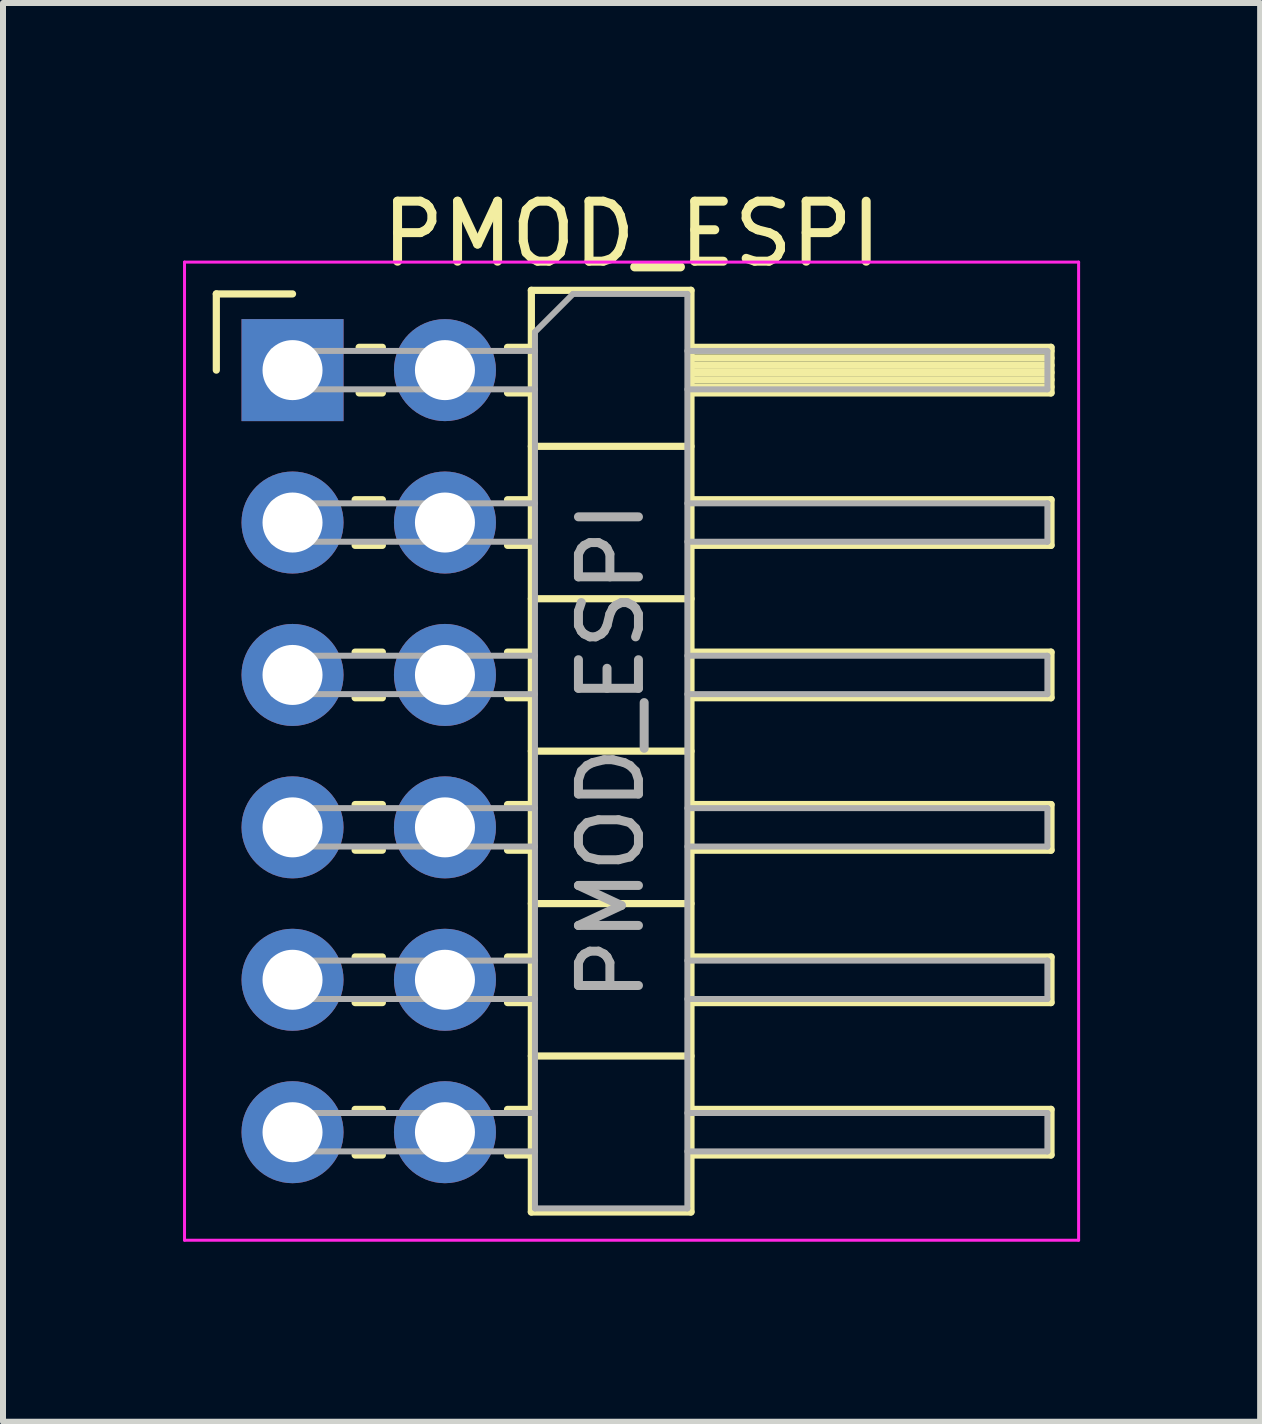
<source format=kicad_pcb>
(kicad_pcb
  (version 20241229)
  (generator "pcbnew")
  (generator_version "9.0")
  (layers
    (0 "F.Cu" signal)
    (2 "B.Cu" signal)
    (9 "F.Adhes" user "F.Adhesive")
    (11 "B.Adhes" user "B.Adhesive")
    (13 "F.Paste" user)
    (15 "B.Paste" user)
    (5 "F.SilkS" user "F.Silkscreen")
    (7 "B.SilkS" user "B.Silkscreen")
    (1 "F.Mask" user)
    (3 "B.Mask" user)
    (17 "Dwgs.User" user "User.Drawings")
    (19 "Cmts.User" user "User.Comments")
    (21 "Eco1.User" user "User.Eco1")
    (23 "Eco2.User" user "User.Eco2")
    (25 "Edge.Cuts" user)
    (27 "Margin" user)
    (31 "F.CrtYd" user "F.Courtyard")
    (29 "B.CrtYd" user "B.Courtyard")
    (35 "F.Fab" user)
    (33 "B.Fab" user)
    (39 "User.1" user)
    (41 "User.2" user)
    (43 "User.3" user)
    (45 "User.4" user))
  (footprint "PMOD_ESPI"
    (layer "F.Cu")
    (at 1.825 3.118)
    (property "Reference" "PMOD_ESPI" (at 5.655 -2.27 0) (layer "F.SilkS") (effects (font (size 1 1) (thickness 0.15))))
    (attr through_hole)
    (fp_line (start -1.27 -1.27) (end 0 -1.27) (stroke (width 0.12) (type solid)) (layer "F.SilkS"))
    (fp_line (start -1.27 0) (end -1.27 -1.27) (stroke (width 0.12) (type solid)) (layer "F.SilkS"))
    (fp_line (start 1.043 2.16) (end 1.497 2.16) (stroke (width 0.12) (type solid)) (layer "F.SilkS"))
    (fp_line (start 1.043 2.92) (end 1.497 2.92) (stroke (width 0.12) (type solid)) (layer "F.SilkS"))
    (fp_line (start 1.043 4.7) (end 1.497 4.7) (stroke (width 0.12) (type solid)) (layer "F.SilkS"))
    (fp_line (start 1.043 5.46) (end 1.497 5.46) (stroke (width 0.12) (type solid)) (layer "F.SilkS"))
    (fp_line (start 1.043 7.24) (end 1.497 7.24) (stroke (width 0.12) (type solid)) (layer "F.SilkS"))
    (fp_line (start 1.043 8) (end 1.497 8) (stroke (width 0.12) (type solid)) (layer "F.SilkS"))
    (fp_line (start 1.043 9.78) (end 1.497 9.78) (stroke (width 0.12) (type solid)) (layer "F.SilkS"))
    (fp_line (start 1.043 10.54) (end 1.497 10.54) (stroke (width 0.12) (type solid)) (layer "F.SilkS"))
    (fp_line (start 1.043 12.32) (end 1.497 12.32) (stroke (width 0.12) (type solid)) (layer "F.SilkS"))
    (fp_line (start 1.043 13.08) (end 1.497 13.08) (stroke (width 0.12) (type solid)) (layer "F.SilkS"))
    (fp_line (start 1.11 -0.38) (end 1.497 -0.38) (stroke (width 0.12) (type solid)) (layer "F.SilkS"))
    (fp_line (start 1.11 0.38) (end 1.497 0.38) (stroke (width 0.12) (type solid)) (layer "F.SilkS"))
    (fp_line (start 3.583 -0.38) (end 3.98 -0.38) (stroke (width 0.12) (type solid)) (layer "F.SilkS"))
    (fp_line (start 3.583 0.38) (end 3.98 0.38) (stroke (width 0.12) (type solid)) (layer "F.SilkS"))
    (fp_line (start 3.583 2.16) (end 3.98 2.16) (stroke (width 0.12) (type solid)) (layer "F.SilkS"))
    (fp_line (start 3.583 2.92) (end 3.98 2.92) (stroke (width 0.12) (type solid)) (layer "F.SilkS"))
    (fp_line (start 3.583 4.7) (end 3.98 4.7) (stroke (width 0.12) (type solid)) (layer "F.SilkS"))
    (fp_line (start 3.583 5.46) (end 3.98 5.46) (stroke (width 0.12) (type solid)) (layer "F.SilkS"))
    (fp_line (start 3.583 7.24) (end 3.98 7.24) (stroke (width 0.12) (type solid)) (layer "F.SilkS"))
    (fp_line (start 3.583 8) (end 3.98 8) (stroke (width 0.12) (type solid)) (layer "F.SilkS"))
    (fp_line (start 3.583 9.78) (end 3.98 9.78) (stroke (width 0.12) (type solid)) (layer "F.SilkS"))
    (fp_line (start 3.583 10.54) (end 3.98 10.54) (stroke (width 0.12) (type solid)) (layer "F.SilkS"))
    (fp_line (start 3.583 12.32) (end 3.98 12.32) (stroke (width 0.12) (type solid)) (layer "F.SilkS"))
    (fp_line (start 3.583 13.08) (end 3.98 13.08) (stroke (width 0.12) (type solid)) (layer "F.SilkS"))
    (fp_line (start 3.98 -1.33) (end 3.98 14.03) (stroke (width 0.12) (type solid)) (layer "F.SilkS"))
    (fp_line (start 3.98 1.27) (end 6.64 1.27) (stroke (width 0.12) (type solid)) (layer "F.SilkS"))
    (fp_line (start 3.98 3.81) (end 6.64 3.81) (stroke (width 0.12) (type solid)) (layer "F.SilkS"))
    (fp_line (start 3.98 6.35) (end 6.64 6.35) (stroke (width 0.12) (type solid)) (layer "F.SilkS"))
    (fp_line (start 3.98 8.89) (end 6.64 8.89) (stroke (width 0.12) (type solid)) (layer "F.SilkS"))
    (fp_line (start 3.98 11.43) (end 6.64 11.43) (stroke (width 0.12) (type solid)) (layer "F.SilkS"))
    (fp_line (start 3.98 14.03) (end 6.64 14.03) (stroke (width 0.12) (type solid)) (layer "F.SilkS"))
    (fp_line (start 6.64 -1.33) (end 3.98 -1.33) (stroke (width 0.12) (type solid)) (layer "F.SilkS"))
    (fp_line (start 6.64 -0.38) (end 12.64 -0.38) (stroke (width 0.12) (type solid)) (layer "F.SilkS"))
    (fp_line (start 6.64 -0.32) (end 12.64 -0.32) (stroke (width 0.12) (type solid)) (layer "F.SilkS"))
    (fp_line (start 6.64 -0.2) (end 12.64 -0.2) (stroke (width 0.12) (type solid)) (layer "F.SilkS"))
    (fp_line (start 6.64 -0.08) (end 12.64 -0.08) (stroke (width 0.12) (type solid)) (layer "F.SilkS"))
    (fp_line (start 6.64 0.04) (end 12.64 0.04) (stroke (width 0.12) (type solid)) (layer "F.SilkS"))
    (fp_line (start 6.64 0.16) (end 12.64 0.16) (stroke (width 0.12) (type solid)) (layer "F.SilkS"))
    (fp_line (start 6.64 0.28) (end 12.64 0.28) (stroke (width 0.12) (type solid)) (layer "F.SilkS"))
    (fp_line (start 6.64 2.16) (end 12.64 2.16) (stroke (width 0.12) (type solid)) (layer "F.SilkS"))
    (fp_line (start 6.64 4.7) (end 12.64 4.7) (stroke (width 0.12) (type solid)) (layer "F.SilkS"))
    (fp_line (start 6.64 7.24) (end 12.64 7.24) (stroke (width 0.12) (type solid)) (layer "F.SilkS"))
    (fp_line (start 6.64 9.78) (end 12.64 9.78) (stroke (width 0.12) (type solid)) (layer "F.SilkS"))
    (fp_line (start 6.64 12.32) (end 12.64 12.32) (stroke (width 0.12) (type solid)) (layer "F.SilkS"))
    (fp_line (start 6.64 14.03) (end 6.64 -1.33) (stroke (width 0.12) (type solid)) (layer "F.SilkS"))
    (fp_line (start 12.64 -0.38) (end 12.64 0.38) (stroke (width 0.12) (type solid)) (layer "F.SilkS"))
    (fp_line (start 12.64 0.38) (end 6.64 0.38) (stroke (width 0.12) (type solid)) (layer "F.SilkS"))
    (fp_line (start 12.64 2.16) (end 12.64 2.92) (stroke (width 0.12) (type solid)) (layer "F.SilkS"))
    (fp_line (start 12.64 2.92) (end 6.64 2.92) (stroke (width 0.12) (type solid)) (layer "F.SilkS"))
    (fp_line (start 12.64 4.7) (end 12.64 5.46) (stroke (width 0.12) (type solid)) (layer "F.SilkS"))
    (fp_line (start 12.64 5.46) (end 6.64 5.46) (stroke (width 0.12) (type solid)) (layer "F.SilkS"))
    (fp_line (start 12.64 7.24) (end 12.64 8) (stroke (width 0.12) (type solid)) (layer "F.SilkS"))
    (fp_line (start 12.64 8) (end 6.64 8) (stroke (width 0.12) (type solid)) (layer "F.SilkS"))
    (fp_line (start 12.64 9.78) (end 12.64 10.54) (stroke (width 0.12) (type solid)) (layer "F.SilkS"))
    (fp_line (start 12.64 10.54) (end 6.64 10.54) (stroke (width 0.12) (type solid)) (layer "F.SilkS"))
    (fp_line (start 12.64 12.32) (end 12.64 13.08) (stroke (width 0.12) (type solid)) (layer "F.SilkS"))
    (fp_line (start 12.64 13.08) (end 6.64 13.08) (stroke (width 0.12) (type solid)) (layer "F.SilkS"))
    (fp_line (start -1.8 -1.8) (end -1.8 14.5) (stroke (width 0.05) (type solid)) (layer "F.CrtYd"))
    (fp_line (start -1.8 14.5) (end 13.1 14.5) (stroke (width 0.05) (type solid)) (layer "F.CrtYd"))
    (fp_line (start 13.1 -1.8) (end -1.8 -1.8) (stroke (width 0.05) (type solid)) (layer "F.CrtYd"))
    (fp_line (start 13.1 14.5) (end 13.1 -1.8) (stroke (width 0.05) (type solid)) (layer "F.CrtYd"))
    (fp_line (start -0.32 -0.32) (end -0.32 0.32) (stroke (width 0.1) (type solid)) (layer "F.Fab"))
    (fp_line (start -0.32 -0.32) (end 4.04 -0.32) (stroke (width 0.1) (type solid)) (layer "F.Fab"))
    (fp_line (start -0.32 0.32) (end 4.04 0.32) (stroke (width 0.1) (type solid)) (layer "F.Fab"))
    (fp_line (start -0.32 2.22) (end -0.32 2.86) (stroke (width 0.1) (type solid)) (layer "F.Fab"))
    (fp_line (start -0.32 2.22) (end 4.04 2.22) (stroke (width 0.1) (type solid)) (layer "F.Fab"))
    (fp_line (start -0.32 2.86) (end 4.04 2.86) (stroke (width 0.1) (type solid)) (layer "F.Fab"))
    (fp_line (start -0.32 4.76) (end -0.32 5.4) (stroke (width 0.1) (type solid)) (layer "F.Fab"))
    (fp_line (start -0.32 4.76) (end 4.04 4.76) (stroke (width 0.1) (type solid)) (layer "F.Fab"))
    (fp_line (start -0.32 5.4) (end 4.04 5.4) (stroke (width 0.1) (type solid)) (layer "F.Fab"))
    (fp_line (start -0.32 7.3) (end -0.32 7.94) (stroke (width 0.1) (type solid)) (layer "F.Fab"))
    (fp_line (start -0.32 7.3) (end 4.04 7.3) (stroke (width 0.1) (type solid)) (layer "F.Fab"))
    (fp_line (start -0.32 7.94) (end 4.04 7.94) (stroke (width 0.1) (type solid)) (layer "F.Fab"))
    (fp_line (start -0.32 9.84) (end -0.32 10.48) (stroke (width 0.1) (type solid)) (layer "F.Fab"))
    (fp_line (start -0.32 9.84) (end 4.04 9.84) (stroke (width 0.1) (type solid)) (layer "F.Fab"))
    (fp_line (start -0.32 10.48) (end 4.04 10.48) (stroke (width 0.1) (type solid)) (layer "F.Fab"))
    (fp_line (start -0.32 12.38) (end -0.32 13.02) (stroke (width 0.1) (type solid)) (layer "F.Fab"))
    (fp_line (start -0.32 12.38) (end 4.04 12.38) (stroke (width 0.1) (type solid)) (layer "F.Fab"))
    (fp_line (start -0.32 13.02) (end 4.04 13.02) (stroke (width 0.1) (type solid)) (layer "F.Fab"))
    (fp_line (start 4.04 -0.635) (end 4.675 -1.27) (stroke (width 0.1) (type solid)) (layer "F.Fab"))
    (fp_line (start 4.04 13.97) (end 4.04 -0.635) (stroke (width 0.1) (type solid)) (layer "F.Fab"))
    (fp_line (start 4.675 -1.27) (end 6.58 -1.27) (stroke (width 0.1) (type solid)) (layer "F.Fab"))
    (fp_line (start 6.58 -1.27) (end 6.58 13.97) (stroke (width 0.1) (type solid)) (layer "F.Fab"))
    (fp_line (start 6.58 -0.32) (end 12.58 -0.32) (stroke (width 0.1) (type solid)) (layer "F.Fab"))
    (fp_line (start 6.58 0.32) (end 12.58 0.32) (stroke (width 0.1) (type solid)) (layer "F.Fab"))
    (fp_line (start 6.58 2.22) (end 12.58 2.22) (stroke (width 0.1) (type solid)) (layer "F.Fab"))
    (fp_line (start 6.58 2.86) (end 12.58 2.86) (stroke (width 0.1) (type solid)) (layer "F.Fab"))
    (fp_line (start 6.58 4.76) (end 12.58 4.76) (stroke (width 0.1) (type solid)) (layer "F.Fab"))
    (fp_line (start 6.58 5.4) (end 12.58 5.4) (stroke (width 0.1) (type solid)) (layer "F.Fab"))
    (fp_line (start 6.58 7.3) (end 12.58 7.3) (stroke (width 0.1) (type solid)) (layer "F.Fab"))
    (fp_line (start 6.58 7.94) (end 12.58 7.94) (stroke (width 0.1) (type solid)) (layer "F.Fab"))
    (fp_line (start 6.58 9.84) (end 12.58 9.84) (stroke (width 0.1) (type solid)) (layer "F.Fab"))
    (fp_line (start 6.58 10.48) (end 12.58 10.48) (stroke (width 0.1) (type solid)) (layer "F.Fab"))
    (fp_line (start 6.58 12.38) (end 12.58 12.38) (stroke (width 0.1) (type solid)) (layer "F.Fab"))
    (fp_line (start 6.58 13.02) (end 12.58 13.02) (stroke (width 0.1) (type solid)) (layer "F.Fab"))
    (fp_line (start 6.58 13.97) (end 4.04 13.97) (stroke (width 0.1) (type solid)) (layer "F.Fab"))
    (fp_line (start 12.58 -0.32) (end 12.58 0.32) (stroke (width 0.1) (type solid)) (layer "F.Fab"))
    (fp_line (start 12.58 2.22) (end 12.58 2.86) (stroke (width 0.1) (type solid)) (layer "F.Fab"))
    (fp_line (start 12.58 4.76) (end 12.58 5.4) (stroke (width 0.1) (type solid)) (layer "F.Fab"))
    (fp_line (start 12.58 7.3) (end 12.58 7.94) (stroke (width 0.1) (type solid)) (layer "F.Fab"))
    (fp_line (start 12.58 9.84) (end 12.58 10.48) (stroke (width 0.1) (type solid)) (layer "F.Fab"))
    (fp_line (start 12.58 12.38) (end 12.58 13.02) (stroke (width 0.1) (type solid)) (layer "F.Fab"))
    (fp_text user "${REFERENCE}" (at 5.31 6.35 90) (layer "F.Fab") (effects (font (size 1 1) (thickness 0.15))))
    (pad "1" thru_hole rect (at 0 0) (size 1.7 1.7) (drill 1) (layers "*.Cu" "*.Mask"))
    (pad "2" thru_hole oval (at 0 2.54) (size 1.7 1.7) (drill 1) (layers "*.Cu" "*.Mask"))
    (pad "3" thru_hole oval (at 0 5.08) (size 1.7 1.7) (drill 1) (layers "*.Cu" "*.Mask"))
    (pad "4" thru_hole oval (at 0 7.62) (size 1.7 1.7) (drill 1) (layers "*.Cu" "*.Mask"))
    (pad "5" thru_hole oval (at 0 10.16) (size 1.7 1.7) (drill 1) (layers "*.Cu" "*.Mask"))
    (pad "6" thru_hole oval (at 0 12.7) (size 1.7 1.7) (drill 1) (layers "*.Cu" "*.Mask"))
    (pad "7" thru_hole oval (at 2.54 0) (size 1.7 1.7) (drill 1) (layers "*.Cu" "*.Mask"))
    (pad "8" thru_hole oval (at 2.54 2.54) (size 1.7 1.7) (drill 1) (layers "*.Cu" "*.Mask"))
    (pad "9" thru_hole oval (at 2.54 5.08) (size 1.7 1.7) (drill 1) (layers "*.Cu" "*.Mask"))
    (pad "10" thru_hole oval (at 2.54 7.62) (size 1.7 1.7) (drill 1) (layers "*.Cu" "*.Mask"))
    (pad "11" thru_hole oval (at 2.54 10.16) (size 1.7 1.7) (drill 1) (layers "*.Cu" "*.Mask"))
    (pad "12" thru_hole oval (at 2.54 12.7) (size 1.7 1.7) (drill 1) (layers "*.Cu" "*.Mask")))
  (gr_rect
    (start -3 -3)
    (end 17.95 20.643)
    (stroke (width 0.1) (type default))
    (fill no)
    (layer "Edge.Cuts")))
</source>
